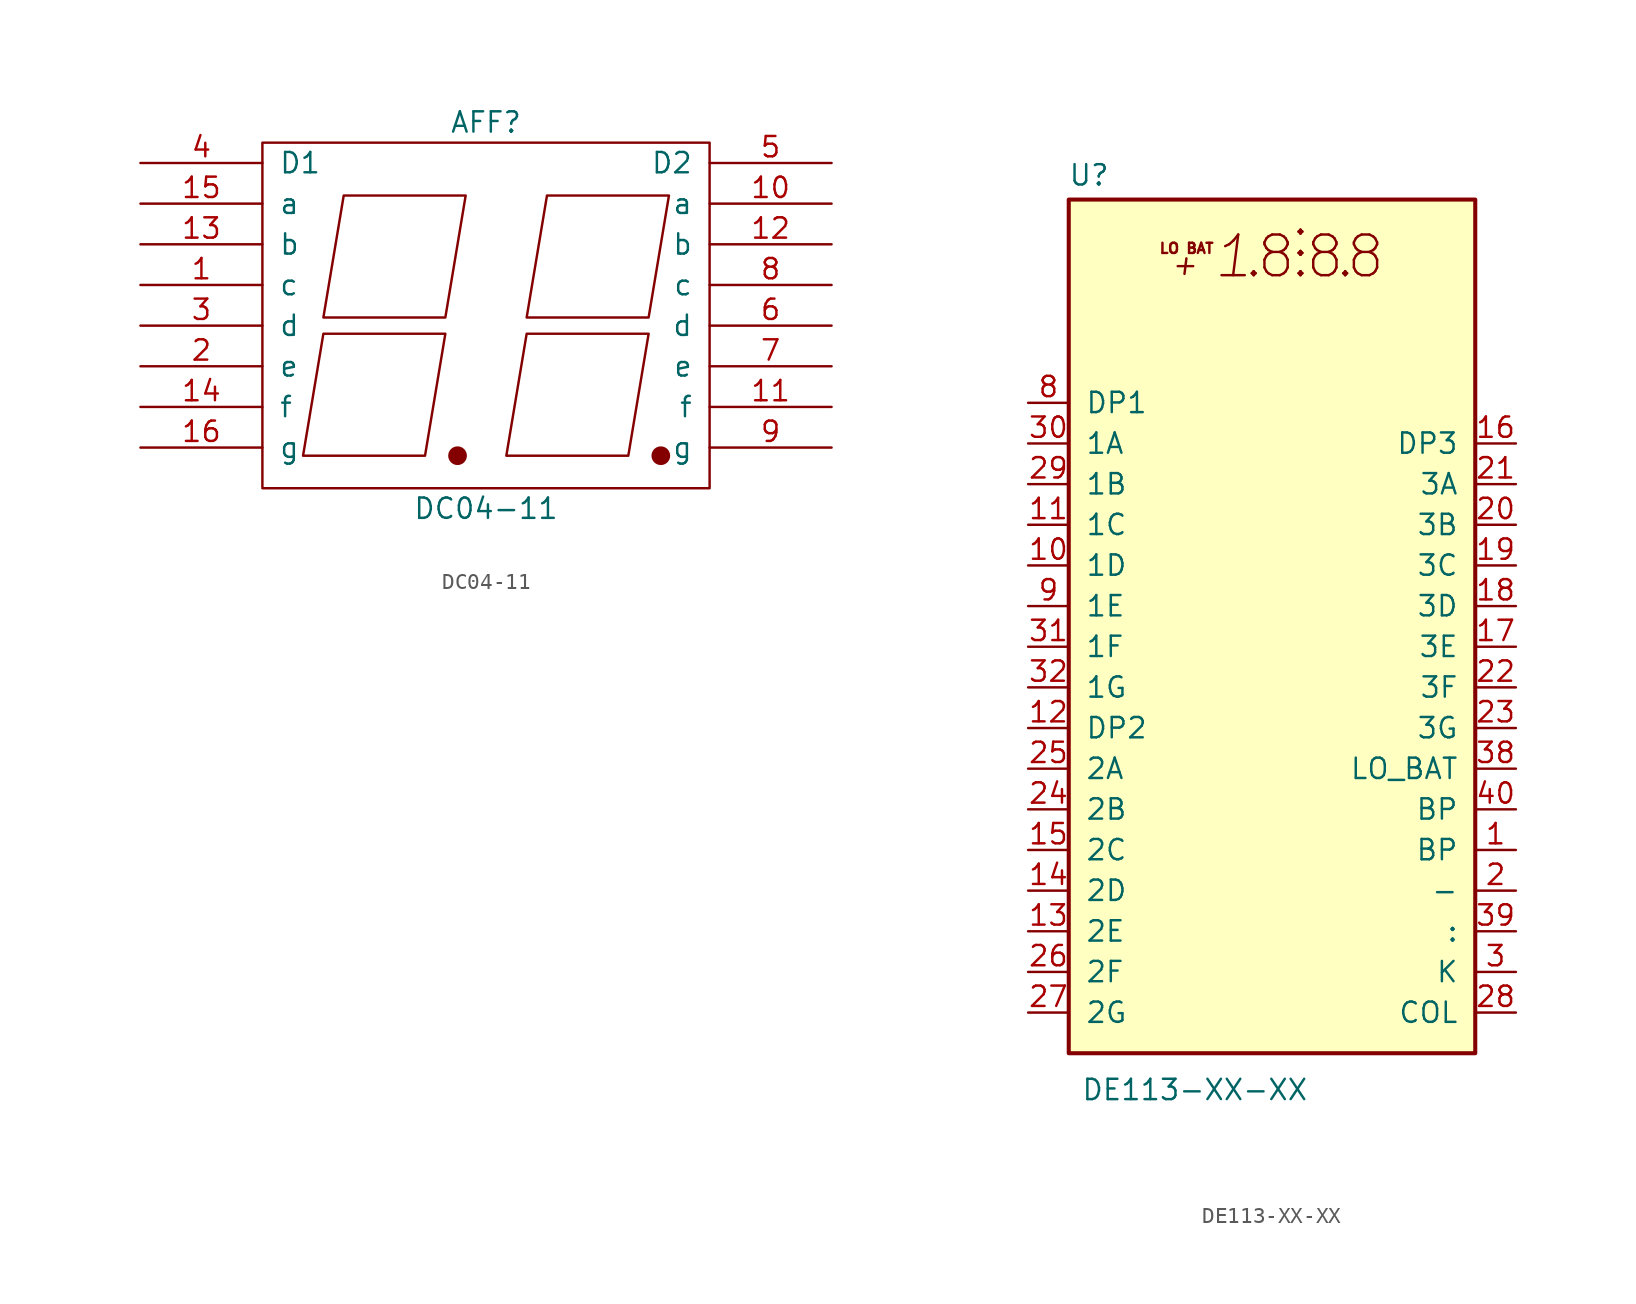
<source format=kicad_sym>
(kicad_symbol_lib
  (version 20231120)
  (generator "kicad_symbol_editor")
  (generator_version "8.0")
  (symbol "DC04-11"
    (pin_names
      (offset 1.016))
    (property "Reference" "AFF"
      (at 0 12.7 0)
      (effects (font (size 1.27 1.27))))
    (property "Value" "DC04-11"
      (at 0 -11.43 0)
      (effects (font (size 1.27 1.27))))
    (symbol "DC04-11_0_1"
      (circle (center -1.778 -8.128) (radius 0.508) (stroke (width 0) (type default)) (fill (type outline)))
      (polyline (pts (xy -10.16 -0.508) (xy -2.54 -0.508) (xy -3.81 -8.128) (xy -11.43 -8.128) (xy -10.16 -0.508) (xy -10.16 -0.508)) (stroke (width 0) (type default)) (fill (type none)))
      (polyline (pts (xy -8.89 8.128) (xy -1.27 8.128) (xy -2.54 0.508) (xy -10.16 0.508) (xy -8.89 8.128) (xy -8.89 8.128)) (stroke (width 0) (type default)) (fill (type none)))
      (polyline (pts (xy 2.54 -0.508) (xy 10.16 -0.508) (xy 8.89 -8.128) (xy 1.27 -8.128) (xy 2.54 -0.508) (xy 2.54 -0.508)) (stroke (width 0) (type default)) (fill (type none)))
      (polyline (pts (xy 3.81 8.128) (xy 11.43 8.128) (xy 10.16 0.508) (xy 2.54 0.508) (xy 3.81 8.128) (xy 3.81 8.128)) (stroke (width 0) (type default)) (fill (type none)))
      (circle (center 10.922 -8.128) (radius 0.508) (stroke (width 0) (type default)) (fill (type outline)))
      (rectangle (start 13.97 -10.16) (end -13.97 11.43) (stroke (width 0) (type default)) (fill (type none))))
    (symbol "DC04-11_1_1"
      (pin input line (at -21.59 2.54 0) (length 7.62) (name "c" (effects (font (size 1.27 1.27)))) (number "1" (effects (font (size 1.27 1.27)))))
      (pin input line (at 21.59 7.62 180) (length 7.62) (name "a" (effects (font (size 1.27 1.27)))) (number "10" (effects (font (size 1.27 1.27)))))
      (pin input line (at 21.59 -5.08 180) (length 7.62) (name "f" (effects (font (size 1.27 1.27)))) (number "11" (effects (font (size 1.27 1.27)))))
      (pin input line (at 21.59 5.08 180) (length 7.62) (name "b" (effects (font (size 1.27 1.27)))) (number "12" (effects (font (size 1.27 1.27)))))
      (pin input line (at -21.59 5.08 0) (length 7.62) (name "b" (effects (font (size 1.27 1.27)))) (number "13" (effects (font (size 1.27 1.27)))))
      (pin input line (at -21.59 -5.08 0) (length 7.62) (name "f" (effects (font (size 1.27 1.27)))) (number "14" (effects (font (size 1.27 1.27)))))
      (pin input line (at -21.59 7.62 0) (length 7.62) (name "a" (effects (font (size 1.27 1.27)))) (number "15" (effects (font (size 1.27 1.27)))))
      (pin input line (at -21.59 -7.62 0) (length 7.62) (name "g" (effects (font (size 1.27 1.27)))) (number "16" (effects (font (size 1.27 1.27)))))
      (pin input line (at -21.59 -2.54 0) (length 7.62) (name "e" (effects (font (size 1.27 1.27)))) (number "2" (effects (font (size 1.27 1.27)))))
      (pin input line (at -21.59 0 0) (length 7.62) (name "d" (effects (font (size 1.27 1.27)))) (number "3" (effects (font (size 1.27 1.27)))))
      (pin input line (at -21.59 10.16 0) (length 7.62) (name "D1" (effects (font (size 1.27 1.27)))) (number "4" (effects (font (size 1.27 1.27)))))
      (pin input line (at 21.59 10.16 180) (length 7.62) (name "D2" (effects (font (size 1.27 1.27)))) (number "5" (effects (font (size 1.27 1.27)))))
      (pin input line (at 21.59 0 180) (length 7.62) (name "d" (effects (font (size 1.27 1.27)))) (number "6" (effects (font (size 1.27 1.27)))))
      (pin input line (at 21.59 -2.54 180) (length 7.62) (name "e" (effects (font (size 1.27 1.27)))) (number "7" (effects (font (size 1.27 1.27)))))
      (pin input line (at 21.59 2.54 180) (length 7.62) (name "c" (effects (font (size 1.27 1.27)))) (number "8" (effects (font (size 1.27 1.27)))))
      (pin input line (at 21.59 -7.62 180) (length 7.62) (name "g" (effects (font (size 1.27 1.27)))) (number "9" (effects (font (size 1.27 1.27)))))))
  (symbol "DE113-XX-XX"
    (pin_names
      (offset 1.016))
    (property "Reference" "U"
      (at -11.43 26.924 0)
      (effects (font (size 1.27 1.27))))
    (property "Value" "DE113-XX-XX"
      (at -11.938 -30.226 0)
      (effects (font (size 1.27 1.27)) (justify left)))
    (symbol "DE113-XX-XX_0_0"
      (text "+" (at -5.461 21.336 0) (effects (font (size 1.27 1.27) (italic yes))))
      (text "." (at -1.143 21.844 0) (effects (font (size 2.54 2.54))))
      (text "." (at 1.778 21.844 0) (effects (font (size 2.54 2.54))))
      (text "." (at 4.572 21.844 0) (effects (font (size 2.54 2.54))))
      (text "1" (at -2.413 21.844 0) (effects (font (size 2.54 2.54) (italic yes))))
      (text "8" (at 0.254 21.844 0) (effects (font (size 2.54 2.54))))
      (text "8" (at 3.302 21.844 0) (effects (font (size 2.54 2.54))))
      (text "8" (at 5.842 21.844 0) (effects (font (size 2.54 2.54))))
      (text ":" (at 1.778 23.114 0) (effects (font (size 2.54 2.54))))
      (text "LO BAT" (at -5.334 22.352 0) (effects (font (size 0.635 0.635)))))
    (symbol "DE113-XX-XX_0_1"
      (rectangle (start -12.7 25.4) (end 12.7 -27.94) (stroke (width 0.254) (type default)) (fill (type background))))
    (symbol "DE113-XX-XX_1_1"
      (pin input line (at 15.24 -15.24 180) (length 2.54) (name "BP" (effects (font (size 1.27 1.27)))) (number "1" (effects (font (size 1.27 1.27)))))
      (pin input line (at -15.24 2.54 0) (length 2.54) (name "1D" (effects (font (size 1.27 1.27)))) (number "10" (effects (font (size 1.27 1.27)))))
      (pin input line (at -15.24 5.08 0) (length 2.54) (name "1C" (effects (font (size 1.27 1.27)))) (number "11" (effects (font (size 1.27 1.27)))))
      (pin input line (at -15.24 -7.62 0) (length 2.54) (name "DP2" (effects (font (size 1.27 1.27)))) (number "12" (effects (font (size 1.27 1.27)))))
      (pin input line (at -15.24 -20.32 0) (length 2.54) (name "2E" (effects (font (size 1.27 1.27)))) (number "13" (effects (font (size 1.27 1.27)))))
      (pin input line (at -15.24 -17.78 0) (length 2.54) (name "2D" (effects (font (size 1.27 1.27)))) (number "14" (effects (font (size 1.27 1.27)))))
      (pin input line (at -15.24 -15.24 0) (length 2.54) (name "2C" (effects (font (size 1.27 1.27)))) (number "15" (effects (font (size 1.27 1.27)))))
      (pin input line (at 15.24 10.16 180) (length 2.54) (name "DP3" (effects (font (size 1.27 1.27)))) (number "16" (effects (font (size 1.27 1.27)))))
      (pin input line (at 15.24 -2.54 180) (length 2.54) (name "3E" (effects (font (size 1.27 1.27)))) (number "17" (effects (font (size 1.27 1.27)))))
      (pin input line (at 15.24 0 180) (length 2.54) (name "3D" (effects (font (size 1.27 1.27)))) (number "18" (effects (font (size 1.27 1.27)))))
      (pin input line (at 15.24 2.54 180) (length 2.54) (name "3C" (effects (font (size 1.27 1.27)))) (number "19" (effects (font (size 1.27 1.27)))))
      (pin input line (at 15.24 -17.78 180) (length 2.54) (name "-" (effects (font (size 1.27 1.27)))) (number "2" (effects (font (size 1.27 1.27)))))
      (pin input line (at 15.24 5.08 180) (length 2.54) (name "3B" (effects (font (size 1.27 1.27)))) (number "20" (effects (font (size 1.27 1.27)))))
      (pin input line (at 15.24 7.62 180) (length 2.54) (name "3A" (effects (font (size 1.27 1.27)))) (number "21" (effects (font (size 1.27 1.27)))))
      (pin input line (at 15.24 -5.08 180) (length 2.54) (name "3F" (effects (font (size 1.27 1.27)))) (number "22" (effects (font (size 1.27 1.27)))))
      (pin input line (at 15.24 -7.62 180) (length 2.54) (name "3G" (effects (font (size 1.27 1.27)))) (number "23" (effects (font (size 1.27 1.27)))))
      (pin input line (at -15.24 -12.7 0) (length 2.54) (name "2B" (effects (font (size 1.27 1.27)))) (number "24" (effects (font (size 1.27 1.27)))))
      (pin input line (at -15.24 -10.16 0) (length 2.54) (name "2A" (effects (font (size 1.27 1.27)))) (number "25" (effects (font (size 1.27 1.27)))))
      (pin input line (at -15.24 -22.86 0) (length 2.54) (name "2F" (effects (font (size 1.27 1.27)))) (number "26" (effects (font (size 1.27 1.27)))))
      (pin input line (at -15.24 -25.4 0) (length 2.54) (name "2G" (effects (font (size 1.27 1.27)))) (number "27" (effects (font (size 1.27 1.27)))))
      (pin input line (at 15.24 -25.4 180) (length 2.54) (name "COL" (effects (font (size 1.27 1.27)))) (number "28" (effects (font (size 1.27 1.27)))))
      (pin input line (at -15.24 7.62 0) (length 2.54) (name "1B" (effects (font (size 1.27 1.27)))) (number "29" (effects (font (size 1.27 1.27)))))
      (pin input line (at 15.24 -22.86 180) (length 2.54) (name "K" (effects (font (size 1.27 1.27)))) (number "3" (effects (font (size 1.27 1.27)))))
      (pin input line (at -15.24 10.16 0) (length 2.54) (name "1A" (effects (font (size 1.27 1.27)))) (number "30" (effects (font (size 1.27 1.27)))))
      (pin input line (at -15.24 -2.54 0) (length 2.54) (name "1F" (effects (font (size 1.27 1.27)))) (number "31" (effects (font (size 1.27 1.27)))))
      (pin input line (at -15.24 -5.08 0) (length 2.54) (name "1G" (effects (font (size 1.27 1.27)))) (number "32" (effects (font (size 1.27 1.27)))))
      (pin no_connect line (at 15.24 12.7 180) (length 2.54) hide (name "NC" (effects (font (size 1.27 1.27)))) (number "33" (effects (font (size 1.27 1.27)))))
      (pin no_connect line (at 15.24 15.24 180) (length 2.54) hide (name "NC" (effects (font (size 1.27 1.27)))) (number "34" (effects (font (size 1.27 1.27)))))
      (pin no_connect line (at 15.24 17.78 180) (length 2.54) hide (name "NC" (effects (font (size 1.27 1.27)))) (number "35" (effects (font (size 1.27 1.27)))))
      (pin no_connect line (at 15.24 20.32 180) (length 2.54) hide (name "NC" (effects (font (size 1.27 1.27)))) (number "36" (effects (font (size 1.27 1.27)))))
      (pin no_connect line (at 15.24 22.86 180) (length 2.54) hide (name "NC" (effects (font (size 1.27 1.27)))) (number "37" (effects (font (size 1.27 1.27)))))
      (pin input line (at 15.24 -10.16 180) (length 2.54) (name "LO_BAT" (effects (font (size 1.27 1.27)))) (number "38" (effects (font (size 1.27 1.27)))))
      (pin input line (at 15.24 -20.32 180) (length 2.54) (name ":" (effects (font (size 1.27 1.27)))) (number "39" (effects (font (size 1.27 1.27)))))
      (pin no_connect line (at -15.24 22.86 0) (length 2.54) hide (name "NC" (effects (font (size 1.27 1.27)))) (number "4" (effects (font (size 1.27 1.27)))))
      (pin input line (at 15.24 -12.7 180) (length 2.54) (name "BP" (effects (font (size 1.27 1.27)))) (number "40" (effects (font (size 1.27 1.27)))))
      (pin no_connect line (at -15.24 20.32 0) (length 2.54) hide (name "NC" (effects (font (size 1.27 1.27)))) (number "5" (effects (font (size 1.27 1.27)))))
      (pin no_connect line (at -15.24 17.78 0) (length 2.54) hide (name "NC" (effects (font (size 1.27 1.27)))) (number "6" (effects (font (size 1.27 1.27)))))
      (pin no_connect line (at -15.24 15.24 0) (length 2.54) hide (name "NC" (effects (font (size 1.27 1.27)))) (number "7" (effects (font (size 1.27 1.27)))))
      (pin input line (at -15.24 12.7 0) (length 2.54) (name "DP1" (effects (font (size 1.27 1.27)))) (number "8" (effects (font (size 1.27 1.27)))))
      (pin input line (at -15.24 0 0) (length 2.54) (name "1E" (effects (font (size 1.27 1.27)))) (number "9" (effects (font (size 1.27 1.27))))))))
</source>
